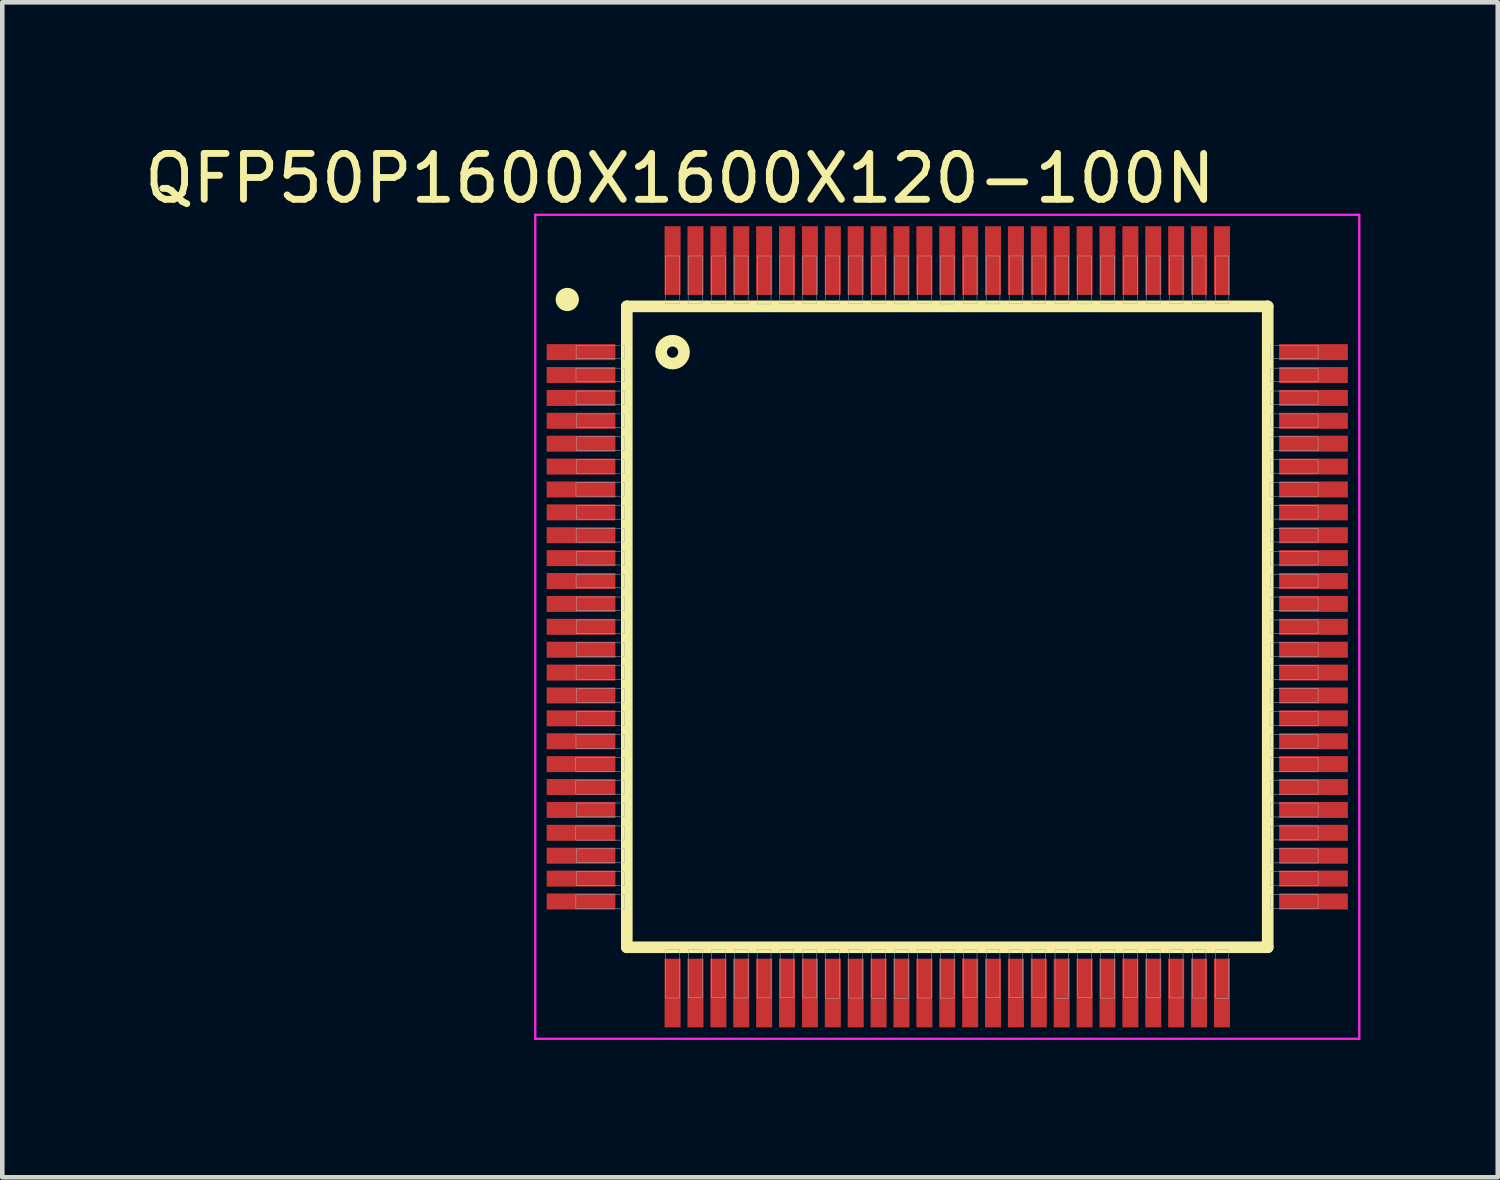
<source format=kicad_pcb>
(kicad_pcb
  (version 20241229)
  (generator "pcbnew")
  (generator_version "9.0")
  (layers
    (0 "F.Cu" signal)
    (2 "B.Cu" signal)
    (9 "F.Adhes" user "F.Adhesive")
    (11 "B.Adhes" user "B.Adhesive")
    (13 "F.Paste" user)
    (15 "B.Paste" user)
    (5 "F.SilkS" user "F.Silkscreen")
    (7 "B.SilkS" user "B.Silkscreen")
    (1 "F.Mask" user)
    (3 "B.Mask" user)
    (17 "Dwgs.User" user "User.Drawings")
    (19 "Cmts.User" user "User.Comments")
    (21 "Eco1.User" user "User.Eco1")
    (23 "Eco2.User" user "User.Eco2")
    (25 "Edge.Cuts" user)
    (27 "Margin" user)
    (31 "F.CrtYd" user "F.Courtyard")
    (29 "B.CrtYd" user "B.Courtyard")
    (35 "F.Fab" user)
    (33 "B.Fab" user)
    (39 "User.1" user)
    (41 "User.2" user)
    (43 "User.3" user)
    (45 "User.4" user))
  (footprint "QFP50P1600X1600X120-100N"
    (layer "F.Cu")
    (at 17.642 10.642)
    (property "Reference" "QFP50P1600X1600X120-100N" (at -5.84 -9.794 0) (layer "F.SilkS") (effects (font (size 1.001 1.001) (thickness 0.15))))
    (attr smd)
    (fp_line (start -7 -7) (end 7 -7) (stroke (width 0.254) (type solid)) (layer "F.SilkS"))
    (fp_line (start -7 7) (end -7 -7) (stroke (width 0.254) (type solid)) (layer "F.SilkS"))
    (fp_line (start 7 -7) (end 7 7) (stroke (width 0.254) (type solid)) (layer "F.SilkS"))
    (fp_line (start 7 7) (end -7 7) (stroke (width 0.254) (type solid)) (layer "F.SilkS"))
    (fp_circle (center -8.3 -7.15) (end -8.046 -7.15) (stroke (width 0) (type solid)) (fill yes) (layer "F.SilkS"))
    (fp_circle (center -6 -6) (end -5.75 -6) (stroke (width 0.254) (type solid)) (fill no) (layer "F.SilkS"))
    (fp_line (start -9 -9) (end 9 -9) (stroke (width 0.05) (type solid)) (layer "F.CrtYd"))
    (fp_line (start -9 9) (end -9 -9) (stroke (width 0.05) (type solid)) (layer "F.CrtYd"))
    (fp_line (start 9 -9) (end 9 9) (stroke (width 0.05) (type solid)) (layer "F.CrtYd"))
    (fp_line (start 9 9) (end -9 9) (stroke (width 0.05) (type solid)) (layer "F.CrtYd"))
    (fp_poly (pts (xy -8.115 2.85) (xy -7.05 2.85) (xy -7.05 3.156) (xy -8.115 3.156)) (stroke (width 0.01) (type solid)) (fill no) (layer "F.Fab"))
    (fp_poly (pts (xy -8.115 4.35) (xy -7.05 4.35) (xy -7.05 4.659) (xy -8.115 4.659)) (stroke (width 0.01) (type solid)) (fill no) (layer "F.Fab"))
    (fp_poly (pts (xy -8.114 3.35) (xy -7.05 3.35) (xy -7.05 3.656) (xy -8.114 3.656)) (stroke (width 0.01) (type solid)) (fill no) (layer "F.Fab"))
    (fp_poly (pts (xy -8.113 5.85) (xy -7.05 5.85) (xy -7.05 6.16) (xy -8.113 6.16)) (stroke (width 0.01) (type solid)) (fill no) (layer "F.Fab"))
    (fp_poly (pts (xy -8.111 2.35) (xy -7.05 2.35) (xy -7.05 2.654) (xy -8.111 2.654)) (stroke (width 0.01) (type solid)) (fill no) (layer "F.Fab"))
    (fp_poly (pts (xy -8.111 -3.15) (xy -7.05 -3.15) (xy -7.05 -2.854) (xy -8.111 -2.854)) (stroke (width 0.01) (type solid)) (fill no) (layer "F.Fab"))
    (fp_poly (pts (xy -8.11 -5.65) (xy -7.05 -5.65) (xy -7.05 -5.356) (xy -8.11 -5.356)) (stroke (width 0.01) (type solid)) (fill no) (layer "F.Fab"))
    (fp_poly (pts (xy -8.108 -1.15) (xy -7.05 -1.15) (xy -7.05 -0.851) (xy -8.108 -0.851)) (stroke (width 0.01) (type solid)) (fill no) (layer "F.Fab"))
    (fp_poly (pts (xy -8.108 -5.15) (xy -7.05 -5.15) (xy -7.05 -4.855) (xy -8.108 -4.855)) (stroke (width 0.01) (type solid)) (fill no) (layer "F.Fab"))
    (fp_poly (pts (xy -8.107 -6.15) (xy -7.05 -6.15) (xy -7.05 -5.855) (xy -8.107 -5.855)) (stroke (width 0.01) (type solid)) (fill no) (layer "F.Fab"))
    (fp_poly (pts (xy -8.106 -2.15) (xy -7.05 -2.15) (xy -7.05 -1.851) (xy -8.106 -1.851)) (stroke (width 0.01) (type solid)) (fill no) (layer "F.Fab"))
    (fp_poly (pts (xy -8.106 0.85) (xy -7.05 0.85) (xy -7.05 1.151) (xy -8.106 1.151)) (stroke (width 0.01) (type solid)) (fill no) (layer "F.Fab"))
    (fp_poly (pts (xy -8.105 -0.65) (xy -7.05 -0.65) (xy -7.05 -0.35) (xy -8.105 -0.35)) (stroke (width 0.01) (type solid)) (fill no) (layer "F.Fab"))
    (fp_poly (pts (xy -8.105 4.85) (xy -7.05 4.85) (xy -7.05 5.153) (xy -8.105 5.153)) (stroke (width 0.01) (type solid)) (fill no) (layer "F.Fab"))
    (fp_poly (pts (xy -8.105 0.35) (xy -7.05 0.35) (xy -7.05 0.65) (xy -8.105 0.65)) (stroke (width 0.01) (type solid)) (fill no) (layer "F.Fab"))
    (fp_poly (pts (xy -8.104 -4.65) (xy -7.05 -4.65) (xy -7.05 -4.352) (xy -8.104 -4.352)) (stroke (width 0.01) (type solid)) (fill no) (layer "F.Fab"))
    (fp_poly (pts (xy -8.103 -1.65) (xy -7.05 -1.65) (xy -7.05 -1.351) (xy -8.103 -1.351)) (stroke (width 0.01) (type solid)) (fill no) (layer "F.Fab"))
    (fp_poly (pts (xy -8.102 1.35) (xy -7.05 1.35) (xy -7.05 1.65) (xy -8.102 1.65)) (stroke (width 0.01) (type solid)) (fill no) (layer "F.Fab"))
    (fp_poly (pts (xy -8.102 3.85) (xy -7.05 3.85) (xy -7.05 4.151) (xy -8.102 4.151)) (stroke (width 0.01) (type solid)) (fill no) (layer "F.Fab"))
    (fp_poly (pts (xy -8.102 -0.15) (xy -7.05 -0.15) (xy -7.05 0.15) (xy -8.102 0.15)) (stroke (width 0.01) (type solid)) (fill no) (layer "F.Fab"))
    (fp_poly (pts (xy -8.102 -2.65) (xy -7.05 -2.65) (xy -7.05 -2.351) (xy -8.102 -2.351)) (stroke (width 0.01) (type solid)) (fill no) (layer "F.Fab"))
    (fp_poly (pts (xy -8.101 -3.65) (xy -7.05 -3.65) (xy -7.05 -3.351) (xy -8.101 -3.351)) (stroke (width 0.01) (type solid)) (fill no) (layer "F.Fab"))
    (fp_poly (pts (xy -8.101 -4.15) (xy -7.05 -4.15) (xy -7.05 -3.85) (xy -8.101 -3.85)) (stroke (width 0.01) (type solid)) (fill no) (layer "F.Fab"))
    (fp_poly (pts (xy -8.101 1.85) (xy -7.05 1.85) (xy -7.05 2.15) (xy -8.101 2.15)) (stroke (width 0.01) (type solid)) (fill no) (layer "F.Fab"))
    (fp_poly (pts (xy -8.1 5.35) (xy -7.05 5.35) (xy -7.05 5.65) (xy -8.1 5.65)) (stroke (width 0.01) (type solid)) (fill no) (layer "F.Fab"))
    (fp_poly (pts (xy -6.159 -8.1) (xy -5.85 -8.1) (xy -5.85 -7.061) (xy -6.159 -7.061)) (stroke (width 0.01) (type solid)) (fill no) (layer "F.Fab"))
    (fp_poly (pts (xy -6.156 7.05) (xy -5.85 7.05) (xy -5.85 8.107) (xy -6.156 8.107)) (stroke (width 0.01) (type solid)) (fill no) (layer "F.Fab"))
    (fp_poly (pts (xy -5.66 -8.1) (xy -5.35 -8.1) (xy -5.35 -7.062) (xy -5.66 -7.062)) (stroke (width 0.01) (type solid)) (fill no) (layer "F.Fab"))
    (fp_poly (pts (xy -5.654 7.05) (xy -5.35 7.05) (xy -5.35 8.105) (xy -5.654 8.105)) (stroke (width 0.01) (type solid)) (fill no) (layer "F.Fab"))
    (fp_poly (pts (xy -5.155 -8.1) (xy -4.85 -8.1) (xy -4.85 -7.057) (xy -5.155 -7.057)) (stroke (width 0.01) (type solid)) (fill no) (layer "F.Fab"))
    (fp_poly (pts (xy -5.151 7.05) (xy -4.85 7.05) (xy -4.85 8.102) (xy -5.151 8.102)) (stroke (width 0.01) (type solid)) (fill no) (layer "F.Fab"))
    (fp_poly (pts (xy -4.655 -8.1) (xy -4.35 -8.1) (xy -4.35 -7.057) (xy -4.655 -7.057)) (stroke (width 0.01) (type solid)) (fill no) (layer "F.Fab"))
    (fp_poly (pts (xy -4.654 7.05) (xy -4.35 7.05) (xy -4.35 8.107) (xy -4.654 8.107)) (stroke (width 0.01) (type solid)) (fill no) (layer "F.Fab"))
    (fp_poly (pts (xy -4.153 7.05) (xy -3.85 7.05) (xy -3.85 8.106) (xy -4.153 8.106)) (stroke (width 0.01) (type solid)) (fill no) (layer "F.Fab"))
    (fp_poly (pts (xy -4.151 -8.1) (xy -3.85 -8.1) (xy -3.85 -7.051) (xy -4.151 -7.051)) (stroke (width 0.01) (type solid)) (fill no) (layer "F.Fab"))
    (fp_poly (pts (xy -3.657 -8.1) (xy -3.35 -8.1) (xy -3.35 -7.064) (xy -3.657 -7.064)) (stroke (width 0.01) (type solid)) (fill no) (layer "F.Fab"))
    (fp_poly (pts (xy -3.651 7.05) (xy -3.35 7.05) (xy -3.35 8.103) (xy -3.651 8.103)) (stroke (width 0.01) (type solid)) (fill no) (layer "F.Fab"))
    (fp_poly (pts (xy -3.155 -8.1) (xy -2.85 -8.1) (xy -2.85 -7.062) (xy -3.155 -7.062)) (stroke (width 0.01) (type solid)) (fill no) (layer "F.Fab"))
    (fp_poly (pts (xy -3.153 7.05) (xy -2.85 7.05) (xy -2.85 8.106) (xy -3.153 8.106)) (stroke (width 0.01) (type solid)) (fill no) (layer "F.Fab"))
    (fp_poly (pts (xy -2.655 -8.1) (xy -2.35 -8.1) (xy -2.35 -7.064) (xy -2.655 -7.064)) (stroke (width 0.01) (type solid)) (fill no) (layer "F.Fab"))
    (fp_poly (pts (xy -2.655 7.05) (xy -2.35 7.05) (xy -2.35 8.115) (xy -2.655 8.115)) (stroke (width 0.01) (type solid)) (fill no) (layer "F.Fab"))
    (fp_poly (pts (xy -2.153 7.05) (xy -1.85 7.05) (xy -1.85 8.109) (xy -2.153 8.109)) (stroke (width 0.01) (type solid)) (fill no) (layer "F.Fab"))
    (fp_poly (pts (xy -2.152 -8.1) (xy -1.85 -8.1) (xy -1.85 -7.056) (xy -2.152 -7.056)) (stroke (width 0.01) (type solid)) (fill no) (layer "F.Fab"))
    (fp_poly (pts (xy -1.653 7.05) (xy -1.35 7.05) (xy -1.35 8.116) (xy -1.653 8.116)) (stroke (width 0.01) (type solid)) (fill no) (layer "F.Fab"))
    (fp_poly (pts (xy -1.652 -8.1) (xy -1.35 -8.1) (xy -1.35 -7.06) (xy -1.652 -7.06)) (stroke (width 0.01) (type solid)) (fill no) (layer "F.Fab"))
    (fp_poly (pts (xy -1.152 7.05) (xy -0.85 7.05) (xy -0.85 8.113) (xy -1.152 8.113)) (stroke (width 0.01) (type solid)) (fill no) (layer "F.Fab"))
    (fp_poly (pts (xy -1.151 -8.1) (xy -0.85 -8.1) (xy -0.85 -7.053) (xy -1.151 -7.053)) (stroke (width 0.01) (type solid)) (fill no) (layer "F.Fab"))
    (fp_poly (pts (xy -0.651 -8.1) (xy -0.35 -8.1) (xy -0.35 -7.063) (xy -0.651 -7.063)) (stroke (width 0.01) (type solid)) (fill no) (layer "F.Fab"))
    (fp_poly (pts (xy -0.651 7.05) (xy -0.35 7.05) (xy -0.35 8.107) (xy -0.651 8.107)) (stroke (width 0.01) (type solid)) (fill no) (layer "F.Fab"))
    (fp_poly (pts (xy -0.15 7.05) (xy 0.15 7.05) (xy 0.15 8.11) (xy -0.15 8.11)) (stroke (width 0.01) (type solid)) (fill no) (layer "F.Fab"))
    (fp_poly (pts (xy -0.15 -8.1) (xy 0.15 -8.1) (xy 0.15 -7.052) (xy -0.15 -7.052)) (stroke (width 0.01) (type solid)) (fill no) (layer "F.Fab"))
    (fp_poly (pts (xy 0.35 7.05) (xy 0.65 7.05) (xy 0.65 8.102) (xy 0.35 8.102)) (stroke (width 0.01) (type solid)) (fill no) (layer "F.Fab"))
    (fp_poly (pts (xy 0.351 -8.1) (xy 0.65 -8.1) (xy 0.65 -7.064) (xy 0.351 -7.064)) (stroke (width 0.01) (type solid)) (fill no) (layer "F.Fab"))
    (fp_poly (pts (xy 0.85 7.05) (xy 1.15 7.05) (xy 1.15 8.103) (xy 0.85 8.103)) (stroke (width 0.01) (type solid)) (fill no) (layer "F.Fab"))
    (fp_poly (pts (xy 0.85 -8.1) (xy 1.15 -8.1) (xy 1.15 -7.054) (xy 0.85 -7.054)) (stroke (width 0.01) (type solid)) (fill no) (layer "F.Fab"))
    (fp_poly (pts (xy 1.35 7.05) (xy 1.65 7.05) (xy 1.65 8.102) (xy 1.35 8.102)) (stroke (width 0.01) (type solid)) (fill no) (layer "F.Fab"))
    (fp_poly (pts (xy 1.352 -8.1) (xy 1.65 -8.1) (xy 1.65 -7.058) (xy 1.352 -7.058)) (stroke (width 0.01) (type solid)) (fill no) (layer "F.Fab"))
    (fp_poly (pts (xy 1.85 7.05) (xy 2.15 7.05) (xy 2.15 8.102) (xy 1.85 8.102)) (stroke (width 0.01) (type solid)) (fill no) (layer "F.Fab"))
    (fp_poly (pts (xy 1.852 -8.1) (xy 2.15 -8.1) (xy 2.15 -7.06) (xy 1.852 -7.06)) (stroke (width 0.01) (type solid)) (fill no) (layer "F.Fab"))
    (fp_poly (pts (xy 2.354 7.05) (xy 2.65 7.05) (xy 2.65 8.114) (xy 2.354 8.114)) (stroke (width 0.01) (type solid)) (fill no) (layer "F.Fab"))
    (fp_poly (pts (xy 2.355 -8.1) (xy 2.65 -8.1) (xy 2.65 -7.064) (xy 2.355 -7.064)) (stroke (width 0.01) (type solid)) (fill no) (layer "F.Fab"))
    (fp_poly (pts (xy 2.851 7.05) (xy 3.15 7.05) (xy 3.15 8.102) (xy 2.851 8.102)) (stroke (width 0.01) (type solid)) (fill no) (layer "F.Fab"))
    (fp_poly (pts (xy 2.851 -8.1) (xy 3.15 -8.1) (xy 3.15 -7.053) (xy 2.851 -7.053)) (stroke (width 0.01) (type solid)) (fill no) (layer "F.Fab"))
    (fp_poly (pts (xy 3.354 7.05) (xy 3.65 7.05) (xy 3.65 8.11) (xy 3.354 8.11)) (stroke (width 0.01) (type solid)) (fill no) (layer "F.Fab"))
    (fp_poly (pts (xy 3.355 -8.1) (xy 3.65 -8.1) (xy 3.65 -7.062) (xy 3.355 -7.062)) (stroke (width 0.01) (type solid)) (fill no) (layer "F.Fab"))
    (fp_poly (pts (xy 3.851 7.05) (xy 4.15 7.05) (xy 4.15 8.102) (xy 3.851 8.102)) (stroke (width 0.01) (type solid)) (fill no) (layer "F.Fab"))
    (fp_poly (pts (xy 3.856 -8.1) (xy 4.15 -8.1) (xy 4.15 -7.061) (xy 3.856 -7.061)) (stroke (width 0.01) (type solid)) (fill no) (layer "F.Fab"))
    (fp_poly (pts (xy 4.353 7.05) (xy 4.65 7.05) (xy 4.65 8.105) (xy 4.353 8.105)) (stroke (width 0.01) (type solid)) (fill no) (layer "F.Fab"))
    (fp_poly (pts (xy 4.354 -8.1) (xy 4.65 -8.1) (xy 4.65 -7.056) (xy 4.354 -7.056)) (stroke (width 0.01) (type solid)) (fill no) (layer "F.Fab"))
    (fp_poly (pts (xy 4.854 7.05) (xy 5.15 7.05) (xy 5.15 8.106) (xy 4.854 8.106)) (stroke (width 0.01) (type solid)) (fill no) (layer "F.Fab"))
    (fp_poly (pts (xy 4.855 -8.1) (xy 5.15 -8.1) (xy 5.15 -7.058) (xy 4.855 -7.058)) (stroke (width 0.01) (type solid)) (fill no) (layer "F.Fab"))
    (fp_poly (pts (xy 5.357 7.05) (xy 5.65 7.05) (xy 5.65 8.11) (xy 5.357 8.11)) (stroke (width 0.01) (type solid)) (fill no) (layer "F.Fab"))
    (fp_poly (pts (xy 5.36 -8.1) (xy 5.65 -8.1) (xy 5.65 -7.064) (xy 5.36 -7.064)) (stroke (width 0.01) (type solid)) (fill no) (layer "F.Fab"))
    (fp_poly (pts (xy 5.856 -8.1) (xy 6.15 -8.1) (xy 6.15 -7.057) (xy 5.856 -7.057)) (stroke (width 0.01) (type solid)) (fill no) (layer "F.Fab"))
    (fp_poly (pts (xy 5.861 7.05) (xy 6.15 7.05) (xy 6.15 8.115) (xy 5.861 8.115)) (stroke (width 0.01) (type solid)) (fill no) (layer "F.Fab"))
    (fp_poly (pts (xy 7.05 -3.15) (xy 8.1 -3.15) (xy 8.1 -2.85) (xy 7.05 -2.85)) (stroke (width 0.01) (type solid)) (fill no) (layer "F.Fab"))
    (fp_poly (pts (xy 7.051 1.85) (xy 8.1 1.85) (xy 8.1 2.15) (xy 7.051 2.15)) (stroke (width 0.01) (type solid)) (fill no) (layer "F.Fab"))
    (fp_poly (pts (xy 7.052 2.35) (xy 8.1 2.35) (xy 8.1 2.651) (xy 7.052 2.651)) (stroke (width 0.01) (type solid)) (fill no) (layer "F.Fab"))
    (fp_poly (pts (xy 7.053 -0.15) (xy 8.1 -0.15) (xy 8.1 0.15) (xy 7.053 0.15)) (stroke (width 0.01) (type solid)) (fill no) (layer "F.Fab"))
    (fp_poly (pts (xy 7.053 1.35) (xy 8.1 1.35) (xy 8.1 1.651) (xy 7.053 1.651)) (stroke (width 0.01) (type solid)) (fill no) (layer "F.Fab"))
    (fp_poly (pts (xy 7.053 -5.65) (xy 8.1 -5.65) (xy 8.1 -5.352) (xy 7.053 -5.352)) (stroke (width 0.01) (type solid)) (fill no) (layer "F.Fab"))
    (fp_poly (pts (xy 7.053 -4.15) (xy 8.1 -4.15) (xy 8.1 -3.852) (xy 7.053 -3.852)) (stroke (width 0.01) (type solid)) (fill no) (layer "F.Fab"))
    (fp_poly (pts (xy 7.054 5.35) (xy 8.1 5.35) (xy 8.1 5.653) (xy 7.054 5.653)) (stroke (width 0.01) (type solid)) (fill no) (layer "F.Fab"))
    (fp_poly (pts (xy 7.054 -5.15) (xy 8.1 -5.15) (xy 8.1 -4.853) (xy 7.054 -4.853)) (stroke (width 0.01) (type solid)) (fill no) (layer "F.Fab"))
    (fp_poly (pts (xy 7.056 -1.65) (xy 8.1 -1.65) (xy 8.1 -1.351) (xy 7.056 -1.351)) (stroke (width 0.01) (type solid)) (fill no) (layer "F.Fab"))
    (fp_poly (pts (xy 7.056 3.85) (xy 8.1 3.85) (xy 8.1 4.154) (xy 7.056 4.154)) (stroke (width 0.01) (type solid)) (fill no) (layer "F.Fab"))
    (fp_poly (pts (xy 7.057 4.35) (xy 8.1 4.35) (xy 8.1 4.655) (xy 7.057 4.655)) (stroke (width 0.01) (type solid)) (fill no) (layer "F.Fab"))
    (fp_poly (pts (xy 7.058 -6.15) (xy 8.1 -6.15) (xy 8.1 -5.856) (xy 7.058 -5.856)) (stroke (width 0.01) (type solid)) (fill no) (layer "F.Fab"))
    (fp_poly (pts (xy 7.058 -2.65) (xy 8.1 -2.65) (xy 8.1 -2.353) (xy 7.058 -2.353)) (stroke (width 0.01) (type solid)) (fill no) (layer "F.Fab"))
    (fp_poly (pts (xy 7.058 -2.15) (xy 8.1 -2.15) (xy 8.1 -1.852) (xy 7.058 -1.852)) (stroke (width 0.01) (type solid)) (fill no) (layer "F.Fab"))
    (fp_poly (pts (xy 7.059 0.35) (xy 8.1 0.35) (xy 8.1 0.651) (xy 7.059 0.651)) (stroke (width 0.01) (type solid)) (fill no) (layer "F.Fab"))
    (fp_poly (pts (xy 7.06 -4.65) (xy 8.1 -4.65) (xy 8.1 -4.356) (xy 7.06 -4.356)) (stroke (width 0.01) (type solid)) (fill no) (layer "F.Fab"))
    (fp_poly (pts (xy 7.06 -1.15) (xy 8.1 -1.15) (xy 8.1 -0.851) (xy 7.06 -0.851)) (stroke (width 0.01) (type solid)) (fill no) (layer "F.Fab"))
    (fp_poly (pts (xy 7.06 4.85) (xy 8.1 4.85) (xy 8.1 5.157) (xy 7.06 5.157)) (stroke (width 0.01) (type solid)) (fill no) (layer "F.Fab"))
    (fp_poly (pts (xy 7.061 5.85) (xy 8.1 5.85) (xy 8.1 6.159) (xy 7.061 6.159)) (stroke (width 0.01) (type solid)) (fill no) (layer "F.Fab"))
    (fp_poly (pts (xy 7.061 3.35) (xy 8.1 3.35) (xy 8.1 3.656) (xy 7.061 3.656)) (stroke (width 0.01) (type solid)) (fill no) (layer "F.Fab"))
    (fp_poly (pts (xy 7.062 -0.65) (xy 8.1 -0.65) (xy 8.1 -0.351) (xy 7.062 -0.351)) (stroke (width 0.01) (type solid)) (fill no) (layer "F.Fab"))
    (fp_poly (pts (xy 7.063 -3.65) (xy 8.1 -3.65) (xy 8.1 -3.356) (xy 7.063 -3.356)) (stroke (width 0.01) (type solid)) (fill no) (layer "F.Fab"))
    (fp_poly (pts (xy 7.064 2.85) (xy 8.1 2.85) (xy 8.1 3.156) (xy 7.064 3.156)) (stroke (width 0.01) (type solid)) (fill no) (layer "F.Fab"))
    (fp_poly (pts (xy 7.064 0.85) (xy 8.1 0.85) (xy 8.1 1.152) (xy 7.064 1.152)) (stroke (width 0.01) (type solid)) (fill no) (layer "F.Fab"))
    (pad "1" smd rect (at -8 -6) (size 1.5 0.35) (layers "F.Cu" "F.Mask" "F.Paste"))
    (pad "2" smd rect (at -8 -5.5) (size 1.5 0.35) (layers "F.Cu" "F.Mask" "F.Paste"))
    (pad "3" smd rect (at -8 -5) (size 1.5 0.35) (layers "F.Cu" "F.Mask" "F.Paste"))
    (pad "4" smd rect (at -8 -4.5) (size 1.5 0.35) (layers "F.Cu" "F.Mask" "F.Paste"))
    (pad "5" smd rect (at -8 -4) (size 1.5 0.35) (layers "F.Cu" "F.Mask" "F.Paste"))
    (pad "6" smd rect (at -8 -3.5) (size 1.5 0.35) (layers "F.Cu" "F.Mask" "F.Paste"))
    (pad "7" smd rect (at -8 -3) (size 1.5 0.35) (layers "F.Cu" "F.Mask" "F.Paste"))
    (pad "8" smd rect (at -8 -2.5) (size 1.5 0.35) (layers "F.Cu" "F.Mask" "F.Paste"))
    (pad "9" smd rect (at -8 -2) (size 1.5 0.35) (layers "F.Cu" "F.Mask" "F.Paste"))
    (pad "10" smd rect (at -8 -1.5) (size 1.5 0.35) (layers "F.Cu" "F.Mask" "F.Paste"))
    (pad "11" smd rect (at -8 -1) (size 1.5 0.35) (layers "F.Cu" "F.Mask" "F.Paste"))
    (pad "12" smd rect (at -8 -0.5) (size 1.5 0.35) (layers "F.Cu" "F.Mask" "F.Paste"))
    (pad "13" smd rect (at -8 0) (size 1.5 0.35) (layers "F.Cu" "F.Mask" "F.Paste"))
    (pad "14" smd rect (at -8 0.5) (size 1.5 0.35) (layers "F.Cu" "F.Mask" "F.Paste"))
    (pad "15" smd rect (at -8 1) (size 1.5 0.35) (layers "F.Cu" "F.Mask" "F.Paste"))
    (pad "16" smd rect (at -8 1.5) (size 1.5 0.35) (layers "F.Cu" "F.Mask" "F.Paste"))
    (pad "17" smd rect (at -8 2) (size 1.5 0.35) (layers "F.Cu" "F.Mask" "F.Paste"))
    (pad "18" smd rect (at -8 2.5) (size 1.5 0.35) (layers "F.Cu" "F.Mask" "F.Paste"))
    (pad "19" smd rect (at -8 3) (size 1.5 0.35) (layers "F.Cu" "F.Mask" "F.Paste"))
    (pad "20" smd rect (at -8 3.5) (size 1.5 0.35) (layers "F.Cu" "F.Mask" "F.Paste"))
    (pad "21" smd rect (at -8 4) (size 1.5 0.35) (layers "F.Cu" "F.Mask" "F.Paste"))
    (pad "22" smd rect (at -8 4.5) (size 1.5 0.35) (layers "F.Cu" "F.Mask" "F.Paste"))
    (pad "23" smd rect (at -8 5) (size 1.5 0.35) (layers "F.Cu" "F.Mask" "F.Paste"))
    (pad "24" smd rect (at -8 5.5) (size 1.5 0.35) (layers "F.Cu" "F.Mask" "F.Paste"))
    (pad "25" smd rect (at -8 6) (size 1.5 0.35) (layers "F.Cu" "F.Mask" "F.Paste"))
    (pad "26" smd rect (at -6 8) (size 0.35 1.5) (layers "F.Cu" "F.Mask" "F.Paste"))
    (pad "27" smd rect (at -5.5 8) (size 0.35 1.5) (layers "F.Cu" "F.Mask" "F.Paste"))
    (pad "28" smd rect (at -5 8) (size 0.35 1.5) (layers "F.Cu" "F.Mask" "F.Paste"))
    (pad "29" smd rect (at -4.5 8) (size 0.35 1.5) (layers "F.Cu" "F.Mask" "F.Paste"))
    (pad "30" smd rect (at -4 8) (size 0.35 1.5) (layers "F.Cu" "F.Mask" "F.Paste"))
    (pad "31" smd rect (at -3.5 8) (size 0.35 1.5) (layers "F.Cu" "F.Mask" "F.Paste"))
    (pad "32" smd rect (at -3 8) (size 0.35 1.5) (layers "F.Cu" "F.Mask" "F.Paste"))
    (pad "33" smd rect (at -2.5 8) (size 0.35 1.5) (layers "F.Cu" "F.Mask" "F.Paste"))
    (pad "34" smd rect (at -2 8) (size 0.35 1.5) (layers "F.Cu" "F.Mask" "F.Paste"))
    (pad "35" smd rect (at -1.5 8) (size 0.35 1.5) (layers "F.Cu" "F.Mask" "F.Paste"))
    (pad "36" smd rect (at -1 8) (size 0.35 1.5) (layers "F.Cu" "F.Mask" "F.Paste"))
    (pad "37" smd rect (at -0.5 8) (size 0.35 1.5) (layers "F.Cu" "F.Mask" "F.Paste"))
    (pad "38" smd rect (at 0 8) (size 0.35 1.5) (layers "F.Cu" "F.Mask" "F.Paste"))
    (pad "39" smd rect (at 0.5 8) (size 0.35 1.5) (layers "F.Cu" "F.Mask" "F.Paste"))
    (pad "40" smd rect (at 1 8) (size 0.35 1.5) (layers "F.Cu" "F.Mask" "F.Paste"))
    (pad "41" smd rect (at 1.5 8) (size 0.35 1.5) (layers "F.Cu" "F.Mask" "F.Paste"))
    (pad "42" smd rect (at 2 8) (size 0.35 1.5) (layers "F.Cu" "F.Mask" "F.Paste"))
    (pad "43" smd rect (at 2.5 8) (size 0.35 1.5) (layers "F.Cu" "F.Mask" "F.Paste"))
    (pad "44" smd rect (at 3 8) (size 0.35 1.5) (layers "F.Cu" "F.Mask" "F.Paste"))
    (pad "45" smd rect (at 3.5 8) (size 0.35 1.5) (layers "F.Cu" "F.Mask" "F.Paste"))
    (pad "46" smd rect (at 4 8) (size 0.35 1.5) (layers "F.Cu" "F.Mask" "F.Paste"))
    (pad "47" smd rect (at 4.5 8) (size 0.35 1.5) (layers "F.Cu" "F.Mask" "F.Paste"))
    (pad "48" smd rect (at 5 8) (size 0.35 1.5) (layers "F.Cu" "F.Mask" "F.Paste"))
    (pad "49" smd rect (at 5.5 8) (size 0.35 1.5) (layers "F.Cu" "F.Mask" "F.Paste"))
    (pad "50" smd rect (at 6 8) (size 0.35 1.5) (layers "F.Cu" "F.Mask" "F.Paste"))
    (pad "51" smd rect (at 8 6) (size 1.5 0.35) (layers "F.Cu" "F.Mask" "F.Paste"))
    (pad "52" smd rect (at 8 5.5) (size 1.5 0.35) (layers "F.Cu" "F.Mask" "F.Paste"))
    (pad "53" smd rect (at 8 5) (size 1.5 0.35) (layers "F.Cu" "F.Mask" "F.Paste"))
    (pad "54" smd rect (at 8 4.5) (size 1.5 0.35) (layers "F.Cu" "F.Mask" "F.Paste"))
    (pad "55" smd rect (at 8 4) (size 1.5 0.35) (layers "F.Cu" "F.Mask" "F.Paste"))
    (pad "56" smd rect (at 8 3.5) (size 1.5 0.35) (layers "F.Cu" "F.Mask" "F.Paste"))
    (pad "57" smd rect (at 8 3) (size 1.5 0.35) (layers "F.Cu" "F.Mask" "F.Paste"))
    (pad "58" smd rect (at 8 2.5) (size 1.5 0.35) (layers "F.Cu" "F.Mask" "F.Paste"))
    (pad "59" smd rect (at 8 2) (size 1.5 0.35) (layers "F.Cu" "F.Mask" "F.Paste"))
    (pad "60" smd rect (at 8 1.5) (size 1.5 0.35) (layers "F.Cu" "F.Mask" "F.Paste"))
    (pad "61" smd rect (at 8 1) (size 1.5 0.35) (layers "F.Cu" "F.Mask" "F.Paste"))
    (pad "62" smd rect (at 8 0.5) (size 1.5 0.35) (layers "F.Cu" "F.Mask" "F.Paste"))
    (pad "63" smd rect (at 8 0) (size 1.5 0.35) (layers "F.Cu" "F.Mask" "F.Paste"))
    (pad "64" smd rect (at 8 -0.5) (size 1.5 0.35) (layers "F.Cu" "F.Mask" "F.Paste"))
    (pad "65" smd rect (at 8 -1) (size 1.5 0.35) (layers "F.Cu" "F.Mask" "F.Paste"))
    (pad "66" smd rect (at 8 -1.5) (size 1.5 0.35) (layers "F.Cu" "F.Mask" "F.Paste"))
    (pad "67" smd rect (at 8 -2) (size 1.5 0.35) (layers "F.Cu" "F.Mask" "F.Paste"))
    (pad "68" smd rect (at 8 -2.5) (size 1.5 0.35) (layers "F.Cu" "F.Mask" "F.Paste"))
    (pad "69" smd rect (at 8 -3) (size 1.5 0.35) (layers "F.Cu" "F.Mask" "F.Paste"))
    (pad "70" smd rect (at 8 -3.5) (size 1.5 0.35) (layers "F.Cu" "F.Mask" "F.Paste"))
    (pad "71" smd rect (at 8 -4) (size 1.5 0.35) (layers "F.Cu" "F.Mask" "F.Paste"))
    (pad "72" smd rect (at 8 -4.5) (size 1.5 0.35) (layers "F.Cu" "F.Mask" "F.Paste"))
    (pad "73" smd rect (at 8 -5) (size 1.5 0.35) (layers "F.Cu" "F.Mask" "F.Paste"))
    (pad "74" smd rect (at 8 -5.5) (size 1.5 0.35) (layers "F.Cu" "F.Mask" "F.Paste"))
    (pad "75" smd rect (at 8 -6) (size 1.5 0.35) (layers "F.Cu" "F.Mask" "F.Paste"))
    (pad "76" smd rect (at 6 -8) (size 0.35 1.5) (layers "F.Cu" "F.Mask" "F.Paste"))
    (pad "77" smd rect (at 5.5 -8) (size 0.35 1.5) (layers "F.Cu" "F.Mask" "F.Paste"))
    (pad "78" smd rect (at 5 -8) (size 0.35 1.5) (layers "F.Cu" "F.Mask" "F.Paste"))
    (pad "79" smd rect (at 4.5 -8) (size 0.35 1.5) (layers "F.Cu" "F.Mask" "F.Paste"))
    (pad "80" smd rect (at 4 -8) (size 0.35 1.5) (layers "F.Cu" "F.Mask" "F.Paste"))
    (pad "81" smd rect (at 3.5 -8) (size 0.35 1.5) (layers "F.Cu" "F.Mask" "F.Paste"))
    (pad "82" smd rect (at 3 -8) (size 0.35 1.5) (layers "F.Cu" "F.Mask" "F.Paste"))
    (pad "83" smd rect (at 2.5 -8) (size 0.35 1.5) (layers "F.Cu" "F.Mask" "F.Paste"))
    (pad "84" smd rect (at 2 -8) (size 0.35 1.5) (layers "F.Cu" "F.Mask" "F.Paste"))
    (pad "85" smd rect (at 1.5 -8) (size 0.35 1.5) (layers "F.Cu" "F.Mask" "F.Paste"))
    (pad "86" smd rect (at 1 -8) (size 0.35 1.5) (layers "F.Cu" "F.Mask" "F.Paste"))
    (pad "87" smd rect (at 0.5 -8) (size 0.35 1.5) (layers "F.Cu" "F.Mask" "F.Paste"))
    (pad "88" smd rect (at 0 -8) (size 0.35 1.5) (layers "F.Cu" "F.Mask" "F.Paste"))
    (pad "89" smd rect (at -0.5 -8) (size 0.35 1.5) (layers "F.Cu" "F.Mask" "F.Paste"))
    (pad "90" smd rect (at -1 -8) (size 0.35 1.5) (layers "F.Cu" "F.Mask" "F.Paste"))
    (pad "91" smd rect (at -1.5 -8) (size 0.35 1.5) (layers "F.Cu" "F.Mask" "F.Paste"))
    (pad "92" smd rect (at -2 -8) (size 0.35 1.5) (layers "F.Cu" "F.Mask" "F.Paste"))
    (pad "93" smd rect (at -2.5 -8) (size 0.35 1.5) (layers "F.Cu" "F.Mask" "F.Paste"))
    (pad "94" smd rect (at -3 -8) (size 0.35 1.5) (layers "F.Cu" "F.Mask" "F.Paste"))
    (pad "95" smd rect (at -3.5 -8) (size 0.35 1.5) (layers "F.Cu" "F.Mask" "F.Paste"))
    (pad "96" smd rect (at -4 -8) (size 0.35 1.5) (layers "F.Cu" "F.Mask" "F.Paste"))
    (pad "97" smd rect (at -4.5 -8) (size 0.35 1.5) (layers "F.Cu" "F.Mask" "F.Paste"))
    (pad "98" smd rect (at -5 -8) (size 0.35 1.5) (layers "F.Cu" "F.Mask" "F.Paste"))
    (pad "99" smd rect (at -5.5 -8) (size 0.35 1.5) (layers "F.Cu" "F.Mask" "F.Paste"))
    (pad "100" smd rect (at -6 -8) (size 0.35 1.5) (layers "F.Cu" "F.Mask" "F.Paste")))
  (gr_rect
    (start -3 -3)
    (end 29.667 22.667)
    (stroke (width 0.1) (type default))
    (fill no)
    (layer "Edge.Cuts")))
</source>
